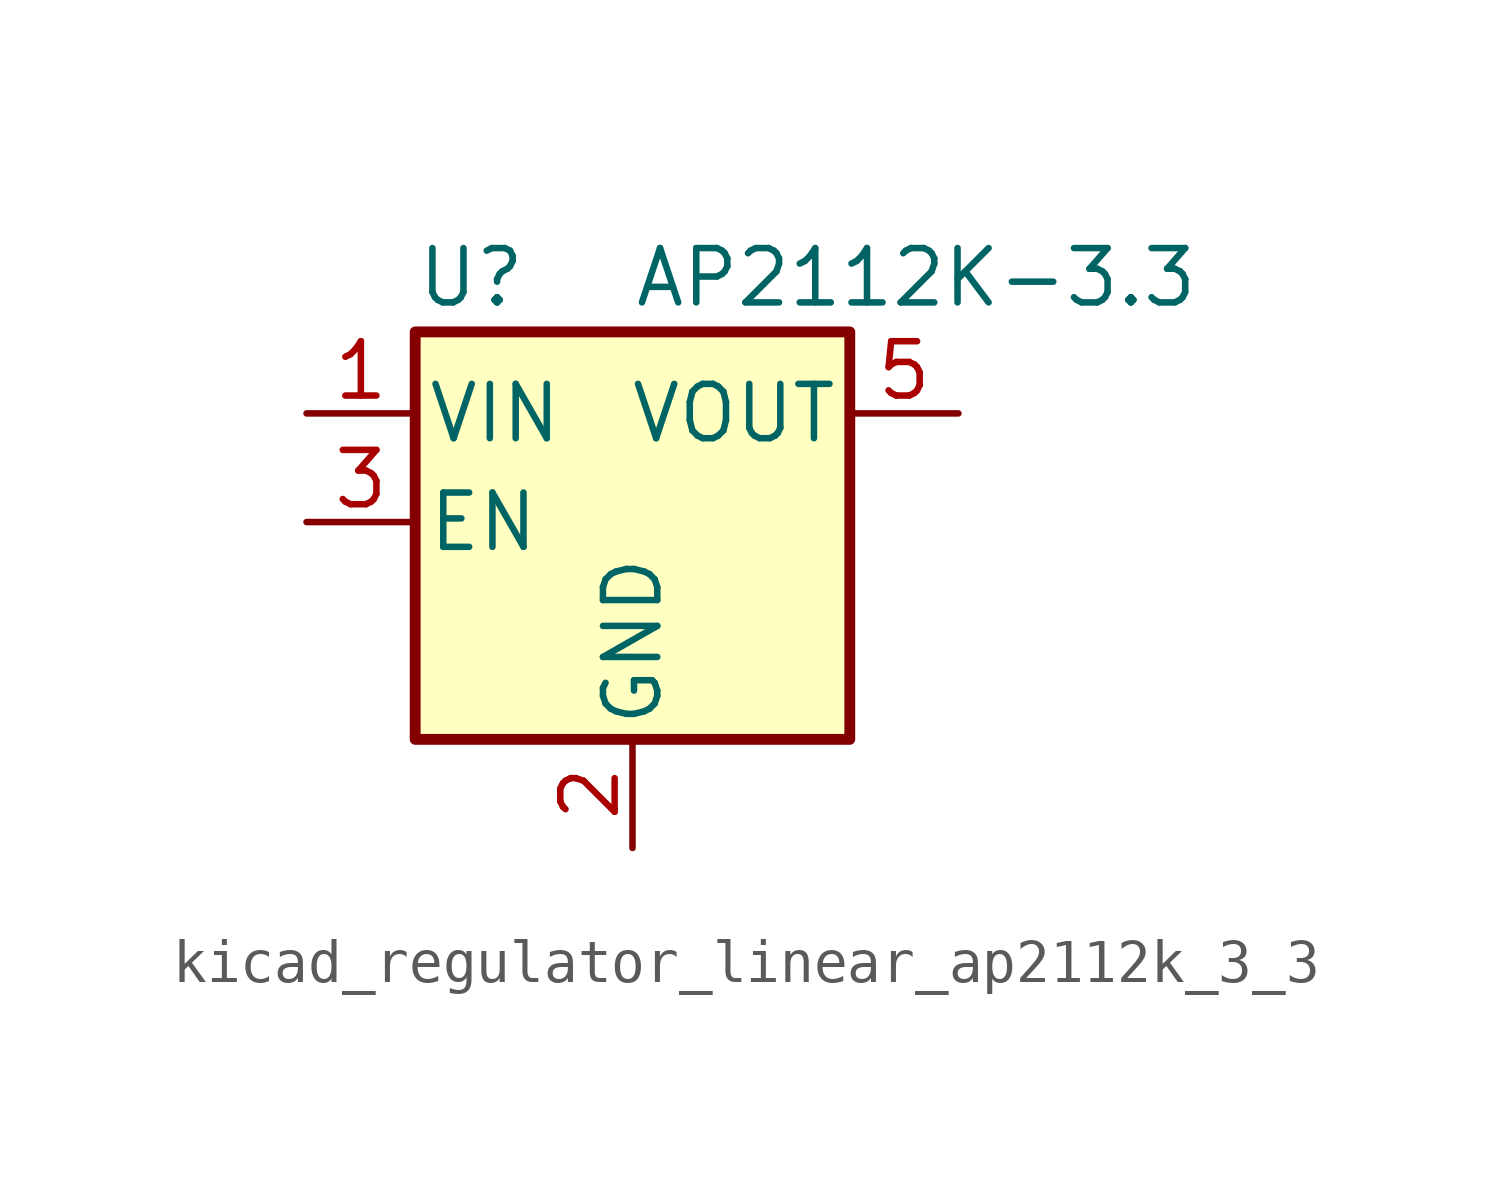
<source format=kicad_sym>
(kicad_symbol_lib
  (version 20220914)
  (generator kicad_symbol_editor)
  (symbol "kicad_regulator_linear_ap2112k_3_3"
    (pin_names
      (offset 0.254))
    (property "Reference" "U"
      (at -5.08 5.715 0)
      (effects (font (size 1.27 1.27)) (justify left)))
    (property "Value" "AP2112K-3.3"
      (at 0 5.715 0)
      (effects (font (size 1.27 1.27)) (justify left)))
    (symbol "kicad_regulator_linear_ap2112k_3_3_0_1"
      (rectangle (start -5.08 4.445) (end 5.08 -5.08) (stroke (width 0.254) (type default)) (fill (type background))))
    (symbol "kicad_regulator_linear_ap2112k_3_3_1_1"
      (pin power_in line (at -7.62 2.54 0) (length 2.54) (name "VIN" (effects (font (size 1.27 1.27)))) (number "1" (effects (font (size 1.27 1.27)))))
      (pin power_in line (at 0 -7.62 90) (length 2.54) (name "GND" (effects (font (size 1.27 1.27)))) (number "2" (effects (font (size 1.27 1.27)))))
      (pin input line (at -7.62 0 0) (length 2.54) (name "EN" (effects (font (size 1.27 1.27)))) (number "3" (effects (font (size 1.27 1.27)))))
      (pin no_connect line (at 5.08 0 180) (length 2.54) hide (name "NC" (effects (font (size 1.27 1.27)))) (number "4" (effects (font (size 1.27 1.27)))))
      (pin power_out line (at 7.62 2.54 180) (length 2.54) (name "VOUT" (effects (font (size 1.27 1.27)))) (number "5" (effects (font (size 1.27 1.27))))))))
</source>
